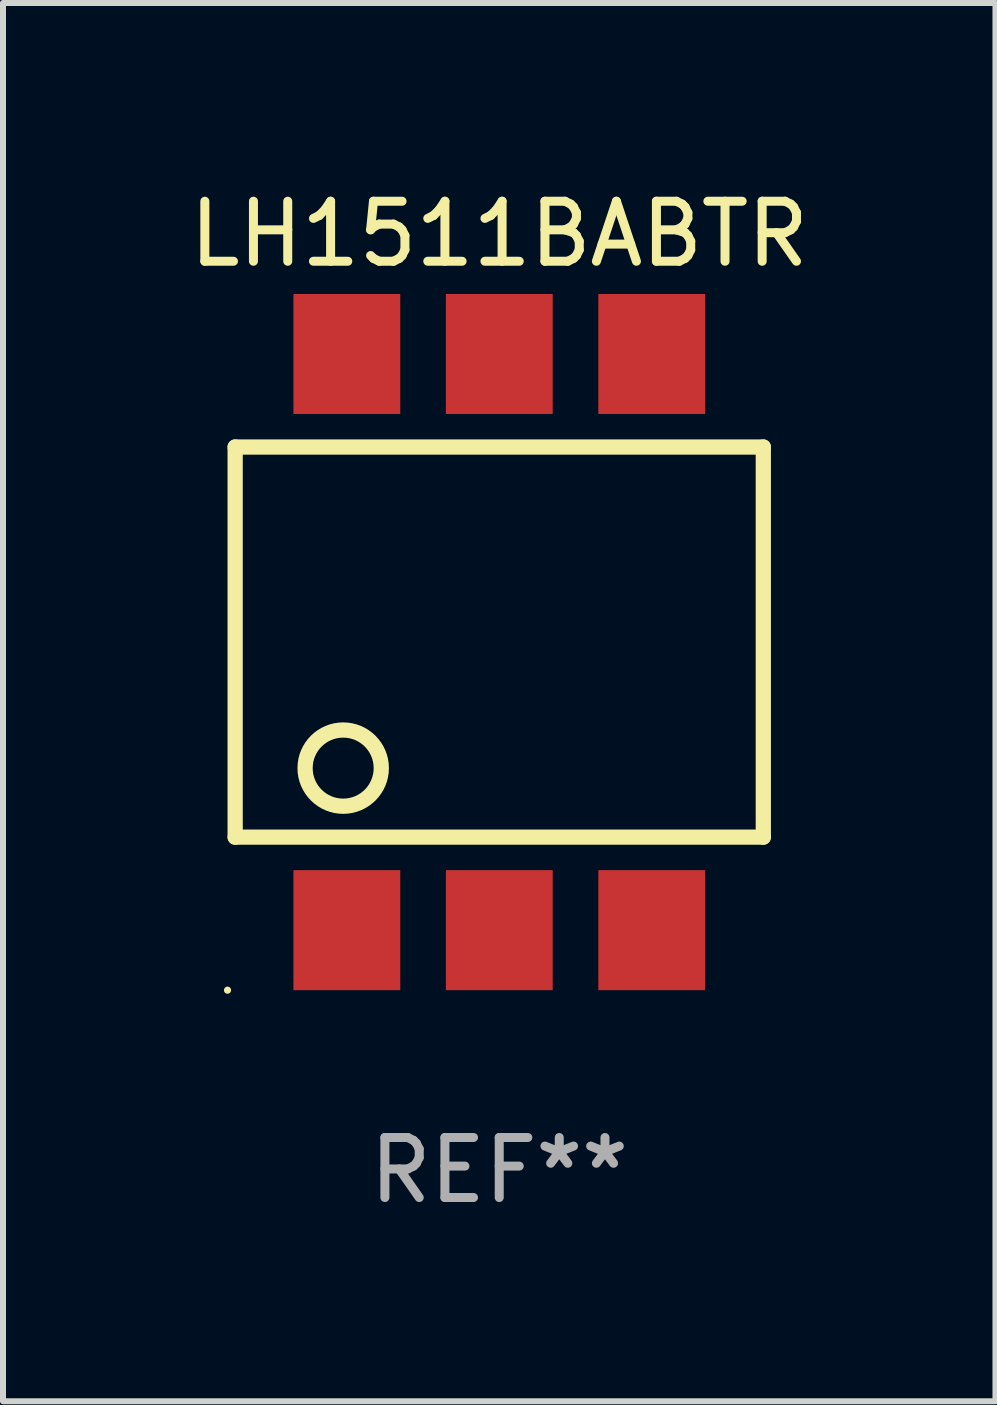
<source format=kicad_pcb>
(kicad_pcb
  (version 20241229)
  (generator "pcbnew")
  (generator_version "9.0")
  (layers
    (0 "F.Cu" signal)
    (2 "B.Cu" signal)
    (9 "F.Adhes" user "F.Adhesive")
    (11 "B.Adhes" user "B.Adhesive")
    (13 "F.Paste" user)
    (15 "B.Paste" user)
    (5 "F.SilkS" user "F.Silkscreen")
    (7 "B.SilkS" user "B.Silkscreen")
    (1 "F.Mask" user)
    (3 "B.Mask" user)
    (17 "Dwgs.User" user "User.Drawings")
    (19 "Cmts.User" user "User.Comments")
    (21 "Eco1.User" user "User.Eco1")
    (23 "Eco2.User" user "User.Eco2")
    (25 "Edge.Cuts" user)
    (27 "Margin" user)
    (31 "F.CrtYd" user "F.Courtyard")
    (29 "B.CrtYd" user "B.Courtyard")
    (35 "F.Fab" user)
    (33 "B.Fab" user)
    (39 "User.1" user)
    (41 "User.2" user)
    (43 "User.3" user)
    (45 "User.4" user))
  (footprint "LH1511BABTR"
    (layer "F.Cu")
    (at 5.268 7.648)
    (property "Reference" "LH1511BABTR" (at 0 -6.8 0) (layer "F.SilkS") (effects (font (size 1 1) (thickness 0.15))))
    (attr through_hole)
    (fp_line (start -4.4 -3.25) (end -4.4 3.25) (stroke (width 0.254) (type solid)) (layer "F.SilkS"))
    (fp_line (start -4.4 -3.25) (end 4.4 -3.25) (stroke (width 0.254) (type solid)) (layer "F.SilkS"))
    (fp_line (start 4.4 3.25) (end -4.4 3.25) (stroke (width 0.254) (type solid)) (layer "F.SilkS"))
    (fp_line (start 4.4 3.25) (end 4.4 -3.25) (stroke (width 0.254) (type solid)) (layer "F.SilkS"))
    (fp_circle (center -4.527 5.8) (end -4.497 5.8) (stroke (width 0.06) (type solid)) (fill no) (layer "F.SilkS"))
    (fp_circle (center -2.6 2.1) (end -1.965 2.1) (stroke (width 0.254) (type solid)) (fill no) (layer "F.SilkS"))
    (fp_text user "REF**" (at 0 8.8 0) (layer "F.Fab") (effects (font (size 1 1) (thickness 0.15))))
    (pad "1" smd rect (at -2.539 4.8) (size 1.78 2) (layers "F.Cu" "F.Mask" "F.Paste"))
    (pad "2" smd rect (at 0.001 4.8) (size 1.78 2) (layers "F.Cu" "F.Mask" "F.Paste"))
    (pad "3" smd rect (at 2.541 4.8) (size 1.78 2) (layers "F.Cu" "F.Mask" "F.Paste"))
    (pad "4" smd rect (at 2.541 -4.8) (size 1.78 2) (layers "F.Cu" "F.Mask" "F.Paste"))
    (pad "5" smd rect (at 0.001 -4.8) (size 1.78 2) (layers "F.Cu" "F.Mask" "F.Paste"))
    (pad "6" smd rect (at -2.539 -4.8) (size 1.78 2) (layers "F.Cu" "F.Mask" "F.Paste")))
  (gr_rect
    (start -3 -3)
    (end 13.536 20.297)
    (stroke (width 0.1) (type default))
    (fill no)
    (layer "Edge.Cuts")))
</source>
